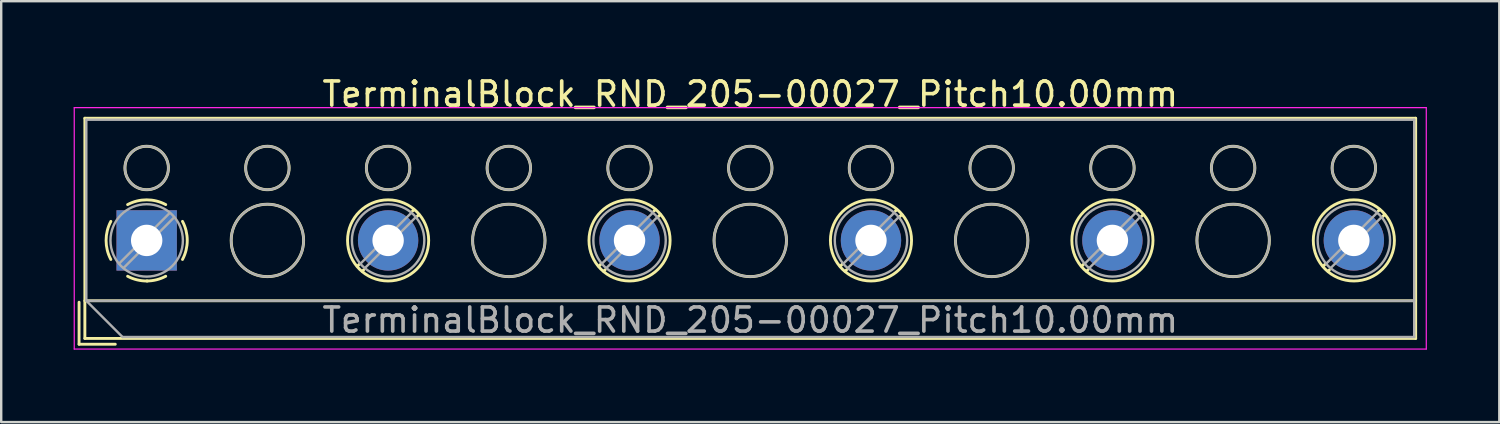
<source format=kicad_pcb>
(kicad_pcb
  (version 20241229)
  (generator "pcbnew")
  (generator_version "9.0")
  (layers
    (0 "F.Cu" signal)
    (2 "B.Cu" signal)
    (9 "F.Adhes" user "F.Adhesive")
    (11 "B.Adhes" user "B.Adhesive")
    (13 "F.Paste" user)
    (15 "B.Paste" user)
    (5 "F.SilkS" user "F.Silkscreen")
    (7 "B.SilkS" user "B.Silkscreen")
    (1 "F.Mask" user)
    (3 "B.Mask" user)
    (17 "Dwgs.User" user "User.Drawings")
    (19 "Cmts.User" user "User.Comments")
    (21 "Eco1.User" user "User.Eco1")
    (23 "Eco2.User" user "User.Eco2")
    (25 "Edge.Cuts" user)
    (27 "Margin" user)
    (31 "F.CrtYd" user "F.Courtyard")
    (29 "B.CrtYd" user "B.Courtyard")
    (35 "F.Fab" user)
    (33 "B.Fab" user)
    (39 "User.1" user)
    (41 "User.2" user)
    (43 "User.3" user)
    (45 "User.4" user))
  (footprint "TerminalBlock_RND_205-00027_Pitch10.00mm"
    (layer "F.Cu")
    (at 3.025 6.908)
    (property "Reference" "TerminalBlock_RND_205-00027_Pitch10.00mm" (at 25 -6.06 0) (layer "F.SilkS") (effects (font (size 1 1) (thickness 0.15))))
    (attr through_hole)
    (fp_line (start -2.8 2.56) (end -2.8 4.3) (stroke (width 0.12) (type solid)) (layer "F.SilkS"))
    (fp_line (start -2.8 4.3) (end -1.3 4.3) (stroke (width 0.12) (type solid)) (layer "F.SilkS"))
    (fp_line (start -2.56 -5.06) (end -2.56 4.06) (stroke (width 0.12) (type solid)) (layer "F.SilkS"))
    (fp_line (start -2.56 2.5) (end 52.56 2.5) (stroke (width 0.12) (type solid)) (layer "F.SilkS"))
    (fp_line (start -2.56 4.06) (end 52.56 4.06) (stroke (width 0.12) (type solid)) (layer "F.SilkS"))
    (fp_line (start 8.82 0.976) (end 8.726 1.069) (stroke (width 0.12) (type solid)) (layer "F.SilkS"))
    (fp_line (start 8.99 1.216) (end 8.931 1.274) (stroke (width 0.12) (type solid)) (layer "F.SilkS"))
    (fp_line (start 11.07 -1.275) (end 11.011 -1.216) (stroke (width 0.12) (type solid)) (layer "F.SilkS"))
    (fp_line (start 11.275 -1.069) (end 11.181 -0.976) (stroke (width 0.12) (type solid)) (layer "F.SilkS"))
    (fp_line (start 18.82 0.976) (end 18.726 1.069) (stroke (width 0.12) (type solid)) (layer "F.SilkS"))
    (fp_line (start 18.99 1.216) (end 18.931 1.274) (stroke (width 0.12) (type solid)) (layer "F.SilkS"))
    (fp_line (start 21.07 -1.275) (end 21.011 -1.216) (stroke (width 0.12) (type solid)) (layer "F.SilkS"))
    (fp_line (start 21.275 -1.069) (end 21.181 -0.976) (stroke (width 0.12) (type solid)) (layer "F.SilkS"))
    (fp_line (start 28.82 0.976) (end 28.726 1.069) (stroke (width 0.12) (type solid)) (layer "F.SilkS"))
    (fp_line (start 28.99 1.216) (end 28.931 1.274) (stroke (width 0.12) (type solid)) (layer "F.SilkS"))
    (fp_line (start 31.07 -1.275) (end 31.011 -1.216) (stroke (width 0.12) (type solid)) (layer "F.SilkS"))
    (fp_line (start 31.275 -1.069) (end 31.181 -0.976) (stroke (width 0.12) (type solid)) (layer "F.SilkS"))
    (fp_line (start 38.82 0.976) (end 38.726 1.069) (stroke (width 0.12) (type solid)) (layer "F.SilkS"))
    (fp_line (start 38.99 1.216) (end 38.931 1.274) (stroke (width 0.12) (type solid)) (layer "F.SilkS"))
    (fp_line (start 41.07 -1.275) (end 41.011 -1.216) (stroke (width 0.12) (type solid)) (layer "F.SilkS"))
    (fp_line (start 41.275 -1.069) (end 41.181 -0.976) (stroke (width 0.12) (type solid)) (layer "F.SilkS"))
    (fp_line (start 48.82 0.976) (end 48.726 1.069) (stroke (width 0.12) (type solid)) (layer "F.SilkS"))
    (fp_line (start 48.99 1.216) (end 48.931 1.274) (stroke (width 0.12) (type solid)) (layer "F.SilkS"))
    (fp_line (start 51.07 -1.275) (end 51.011 -1.216) (stroke (width 0.12) (type solid)) (layer "F.SilkS"))
    (fp_line (start 51.275 -1.069) (end 51.181 -0.976) (stroke (width 0.12) (type solid)) (layer "F.SilkS"))
    (fp_line (start 52.56 -5.06) (end -2.56 -5.06) (stroke (width 0.12) (type solid)) (layer "F.SilkS"))
    (fp_line (start 52.56 4.06) (end 52.56 -5.06) (stroke (width 0.12) (type solid)) (layer "F.SilkS"))
    (fp_arc (start -1.483953 0.789089) (mid -1.680708 0.00005) (end -1.484 -0.789) (stroke (width 0.12) (type solid)) (layer "F.SilkS"))
    (fp_arc (start -0.789089 -1.483953) (mid -0.00005 -1.680708) (end 0.789 -1.484) (stroke (width 0.12) (type solid)) (layer "F.SilkS"))
    (fp_arc (start 0.029383 1.68045) (mid -0.392304 1.634281) (end -0.789 1.484) (stroke (width 0.12) (type solid)) (layer "F.SilkS"))
    (fp_arc (start 0.788712 1.483352) (mid 0.406429 1.630097) (end 0 1.68) (stroke (width 0.12) (type solid)) (layer "F.SilkS"))
    (fp_arc (start 1.483953 -0.789089) (mid 1.680708 -0.00005) (end 1.484 0.789) (stroke (width 0.12) (type solid)) (layer "F.SilkS"))
    (fp_circle (center 0 -3) (end 0.9 -3) (stroke (width 0.12) (type solid)) (fill no) (layer "F.SilkS"))
    (fp_circle (center 5 -3) (end 5.9 -3) (stroke (width 0.12) (type solid)) (fill no) (layer "F.SilkS"))
    (fp_circle (center 5 0) (end 6.5 0) (stroke (width 0.12) (type solid)) (fill no) (layer "F.SilkS"))
    (fp_circle (center 10 -3) (end 10.9 -3) (stroke (width 0.12) (type solid)) (fill no) (layer "F.SilkS"))
    (fp_circle (center 10 0) (end 11.68 0) (stroke (width 0.12) (type solid)) (fill no) (layer "F.SilkS"))
    (fp_circle (center 15 -3) (end 15.9 -3) (stroke (width 0.12) (type solid)) (fill no) (layer "F.SilkS"))
    (fp_circle (center 15 0) (end 16.5 0) (stroke (width 0.12) (type solid)) (fill no) (layer "F.SilkS"))
    (fp_circle (center 20 -3) (end 20.9 -3) (stroke (width 0.12) (type solid)) (fill no) (layer "F.SilkS"))
    (fp_circle (center 20 0) (end 21.68 0) (stroke (width 0.12) (type solid)) (fill no) (layer "F.SilkS"))
    (fp_circle (center 25 -3) (end 25.9 -3) (stroke (width 0.12) (type solid)) (fill no) (layer "F.SilkS"))
    (fp_circle (center 25 0) (end 26.5 0) (stroke (width 0.12) (type solid)) (fill no) (layer "F.SilkS"))
    (fp_circle (center 30 -3) (end 30.9 -3) (stroke (width 0.12) (type solid)) (fill no) (layer "F.SilkS"))
    (fp_circle (center 30 0) (end 31.68 0) (stroke (width 0.12) (type solid)) (fill no) (layer "F.SilkS"))
    (fp_circle (center 35 -3) (end 35.9 -3) (stroke (width 0.12) (type solid)) (fill no) (layer "F.SilkS"))
    (fp_circle (center 35 0) (end 36.5 0) (stroke (width 0.12) (type solid)) (fill no) (layer "F.SilkS"))
    (fp_circle (center 40 -3) (end 40.9 -3) (stroke (width 0.12) (type solid)) (fill no) (layer "F.SilkS"))
    (fp_circle (center 40 0) (end 41.68 0) (stroke (width 0.12) (type solid)) (fill no) (layer "F.SilkS"))
    (fp_circle (center 45 -3) (end 45.9 -3) (stroke (width 0.12) (type solid)) (fill no) (layer "F.SilkS"))
    (fp_circle (center 45 0) (end 46.5 0) (stroke (width 0.12) (type solid)) (fill no) (layer "F.SilkS"))
    (fp_circle (center 50 -3) (end 50.9 -3) (stroke (width 0.12) (type solid)) (fill no) (layer "F.SilkS"))
    (fp_circle (center 50 0) (end 51.68 0) (stroke (width 0.12) (type solid)) (fill no) (layer "F.SilkS"))
    (fp_line (start -3 -5.5) (end -3 4.5) (stroke (width 0.05) (type solid)) (layer "F.CrtYd"))
    (fp_line (start -3 4.5) (end 53 4.5) (stroke (width 0.05) (type solid)) (layer "F.CrtYd"))
    (fp_line (start 53 -5.5) (end -3 -5.5) (stroke (width 0.05) (type solid)) (layer "F.CrtYd"))
    (fp_line (start 53 4.5) (end 53 -5.5) (stroke (width 0.05) (type solid)) (layer "F.CrtYd"))
    (fp_line (start -2.5 -5) (end 52.5 -5) (stroke (width 0.1) (type solid)) (layer "F.Fab"))
    (fp_line (start -2.5 2.5) (end -2.5 -5) (stroke (width 0.1) (type solid)) (layer "F.Fab"))
    (fp_line (start -2.5 2.5) (end 52.5 2.5) (stroke (width 0.1) (type solid)) (layer "F.Fab"))
    (fp_line (start -1 4) (end -2.5 2.5) (stroke (width 0.1) (type solid)) (layer "F.Fab"))
    (fp_line (start 0.955 -1.138) (end -1.138 0.955) (stroke (width 0.1) (type solid)) (layer "F.Fab"))
    (fp_line (start 1.138 -0.955) (end -0.955 1.138) (stroke (width 0.1) (type solid)) (layer "F.Fab"))
    (fp_line (start 10.955 -1.138) (end 8.863 0.955) (stroke (width 0.1) (type solid)) (layer "F.Fab"))
    (fp_line (start 11.138 -0.955) (end 9.046 1.138) (stroke (width 0.1) (type solid)) (layer "F.Fab"))
    (fp_line (start 20.955 -1.138) (end 18.863 0.955) (stroke (width 0.1) (type solid)) (layer "F.Fab"))
    (fp_line (start 21.138 -0.955) (end 19.046 1.138) (stroke (width 0.1) (type solid)) (layer "F.Fab"))
    (fp_line (start 30.955 -1.138) (end 28.863 0.955) (stroke (width 0.1) (type solid)) (layer "F.Fab"))
    (fp_line (start 31.138 -0.955) (end 29.046 1.138) (stroke (width 0.1) (type solid)) (layer "F.Fab"))
    (fp_line (start 40.955 -1.138) (end 38.863 0.955) (stroke (width 0.1) (type solid)) (layer "F.Fab"))
    (fp_line (start 41.138 -0.955) (end 39.046 1.138) (stroke (width 0.1) (type solid)) (layer "F.Fab"))
    (fp_line (start 50.955 -1.138) (end 48.863 0.955) (stroke (width 0.1) (type solid)) (layer "F.Fab"))
    (fp_line (start 51.138 -0.955) (end 49.046 1.138) (stroke (width 0.1) (type solid)) (layer "F.Fab"))
    (fp_line (start 52.5 -5) (end 52.5 4) (stroke (width 0.1) (type solid)) (layer "F.Fab"))
    (fp_line (start 52.5 4) (end -1 4) (stroke (width 0.1) (type solid)) (layer "F.Fab"))
    (fp_circle (center 0 -3) (end 0.9 -3) (stroke (width 0.1) (type solid)) (fill no) (layer "F.Fab"))
    (fp_circle (center 0 0) (end 1.5 0) (stroke (width 0.1) (type solid)) (fill no) (layer "F.Fab"))
    (fp_circle (center 5 -3) (end 5.9 -3) (stroke (width 0.1) (type solid)) (fill no) (layer "F.Fab"))
    (fp_circle (center 5 0) (end 6.5 0) (stroke (width 0.1) (type solid)) (fill no) (layer "F.Fab"))
    (fp_circle (center 10 -3) (end 10.9 -3) (stroke (width 0.1) (type solid)) (fill no) (layer "F.Fab"))
    (fp_circle (center 10 0) (end 11.5 0) (stroke (width 0.1) (type solid)) (fill no) (layer "F.Fab"))
    (fp_circle (center 15 -3) (end 15.9 -3) (stroke (width 0.1) (type solid)) (fill no) (layer "F.Fab"))
    (fp_circle (center 15 0) (end 16.5 0) (stroke (width 0.1) (type solid)) (fill no) (layer "F.Fab"))
    (fp_circle (center 20 -3) (end 20.9 -3) (stroke (width 0.1) (type solid)) (fill no) (layer "F.Fab"))
    (fp_circle (center 20 0) (end 21.5 0) (stroke (width 0.1) (type solid)) (fill no) (layer "F.Fab"))
    (fp_circle (center 25 -3) (end 25.9 -3) (stroke (width 0.1) (type solid)) (fill no) (layer "F.Fab"))
    (fp_circle (center 25 0) (end 26.5 0) (stroke (width 0.1) (type solid)) (fill no) (layer "F.Fab"))
    (fp_circle (center 30 -3) (end 30.9 -3) (stroke (width 0.1) (type solid)) (fill no) (layer "F.Fab"))
    (fp_circle (center 30 0) (end 31.5 0) (stroke (width 0.1) (type solid)) (fill no) (layer "F.Fab"))
    (fp_circle (center 35 -3) (end 35.9 -3) (stroke (width 0.1) (type solid)) (fill no) (layer "F.Fab"))
    (fp_circle (center 35 0) (end 36.5 0) (stroke (width 0.1) (type solid)) (fill no) (layer "F.Fab"))
    (fp_circle (center 40 -3) (end 40.9 -3) (stroke (width 0.1) (type solid)) (fill no) (layer "F.Fab"))
    (fp_circle (center 40 0) (end 41.5 0) (stroke (width 0.1) (type solid)) (fill no) (layer "F.Fab"))
    (fp_circle (center 45 -3) (end 45.9 -3) (stroke (width 0.1) (type solid)) (fill no) (layer "F.Fab"))
    (fp_circle (center 45 0) (end 46.5 0) (stroke (width 0.1) (type solid)) (fill no) (layer "F.Fab"))
    (fp_circle (center 50 -3) (end 50.9 -3) (stroke (width 0.1) (type solid)) (fill no) (layer "F.Fab"))
    (fp_circle (center 50 0) (end 51.5 0) (stroke (width 0.1) (type solid)) (fill no) (layer "F.Fab"))
    (fp_text user "${REFERENCE}" (at 25 3.3 0) (layer "F.Fab") (effects (font (size 1 1) (thickness 0.15))))
    (pad "1" thru_hole rect (at 0 0) (size 2.5 2.5) (drill 1.3) (layers "*.Cu" "*.Mask"))
    (pad "2" thru_hole circle (at 10 0) (size 2.5 2.5) (drill 1.3) (layers "*.Cu" "*.Mask"))
    (pad "3" thru_hole circle (at 20 0) (size 2.5 2.5) (drill 1.3) (layers "*.Cu" "*.Mask"))
    (pad "4" thru_hole circle (at 30 0) (size 2.5 2.5) (drill 1.3) (layers "*.Cu" "*.Mask"))
    (pad "5" thru_hole circle (at 40 0) (size 2.5 2.5) (drill 1.3) (layers "*.Cu" "*.Mask"))
    (pad "6" thru_hole circle (at 50 0) (size 2.5 2.5) (drill 1.3) (layers "*.Cu" "*.Mask")))
  (gr_rect
    (start -3 -3)
    (end 59.05 14.433)
    (stroke (width 0.1) (type default))
    (fill no)
    (layer "Edge.Cuts")))
</source>
